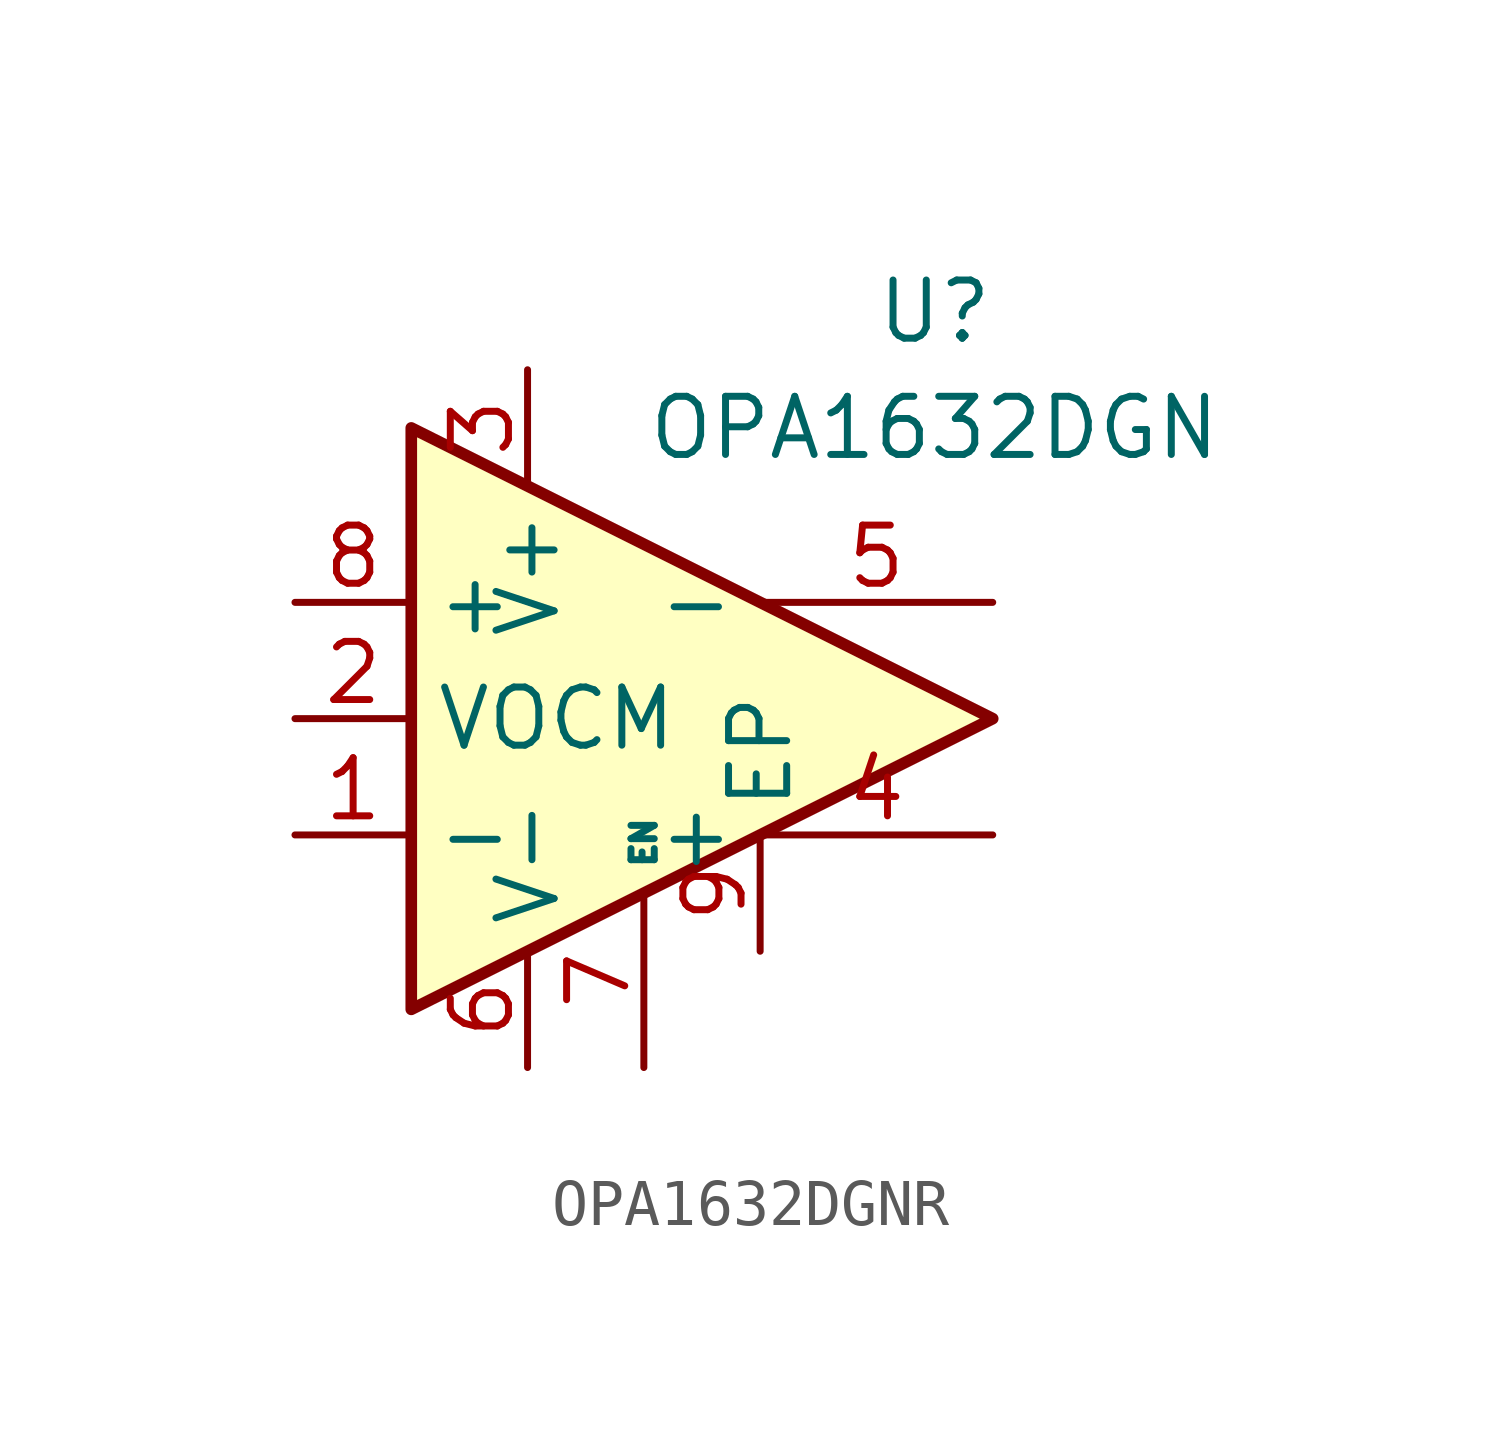
<source format=kicad_sym>
(kicad_symbol_lib
  (version 20220914)
  (generator kicad_symbol_editor)
  (symbol "OPA1632DGNR"
    (property "Reference" "U"
      (at 6.35 8.89 0)
      (effects (font (size 1.27 1.27))))
    (property "Value" "OPA1632DGN"
      (at 6.35 6.35 0)
      (effects (font (size 1.27 1.27))))
    (symbol "OPA1632DGNR_0_1"
      (polyline (pts (xy -5.08 6.35) (xy -5.08 -6.35) (xy 7.62 0) (xy -5.08 6.35)) (stroke (width 0.254) (type default)) (fill (type background))))
    (symbol "OPA1632DGNR_1_1"
      (pin input line (at -7.62 -2.54 0) (length 2.54) (name "-" (effects (font (size 1.27 1.27)))) (number "1" (effects (font (size 1.27 1.27)))))
      (pin input line (at -7.62 0 0) (length 2.54) (name "VOCM" (effects (font (size 1.27 1.27)))) (number "2" (effects (font (size 1.27 1.27)))))
      (pin power_in line (at -2.54 7.62 270) (length 2.54) (name "V+" (effects (font (size 1.27 1.27)))) (number "3" (effects (font (size 1.27 1.27)))))
      (pin output line (at 7.62 -2.54 180) (length 5.08) (name "+" (effects (font (size 1.27 1.27)))) (number "4" (effects (font (size 1.27 1.27)))))
      (pin output line (at 7.62 2.54 180) (length 5.08) (name "-" (effects (font (size 1.27 1.27)))) (number "5" (effects (font (size 1.27 1.27)))))
      (pin power_in line (at -2.54 -7.62 90) (length 2.54) (name "V-" (effects (font (size 1.27 1.27)))) (number "6" (effects (font (size 1.27 1.27)))))
      (pin input line (at 0 -7.62 90) (length 3.81) (name "EN" (effects (font (size 0.508 0.508)))) (number "7" (effects (font (size 1.27 1.27)))))
      (pin input line (at -7.62 2.54 0) (length 2.54) (name "+" (effects (font (size 1.27 1.27)))) (number "8" (effects (font (size 1.27 1.27)))))
      (pin power_in line (at 2.54 -5.08 90) (length 2.54) (name "EP" (effects (font (size 1.27 1.27)))) (number "9" (effects (font (size 1.27 1.27))))))))
</source>
